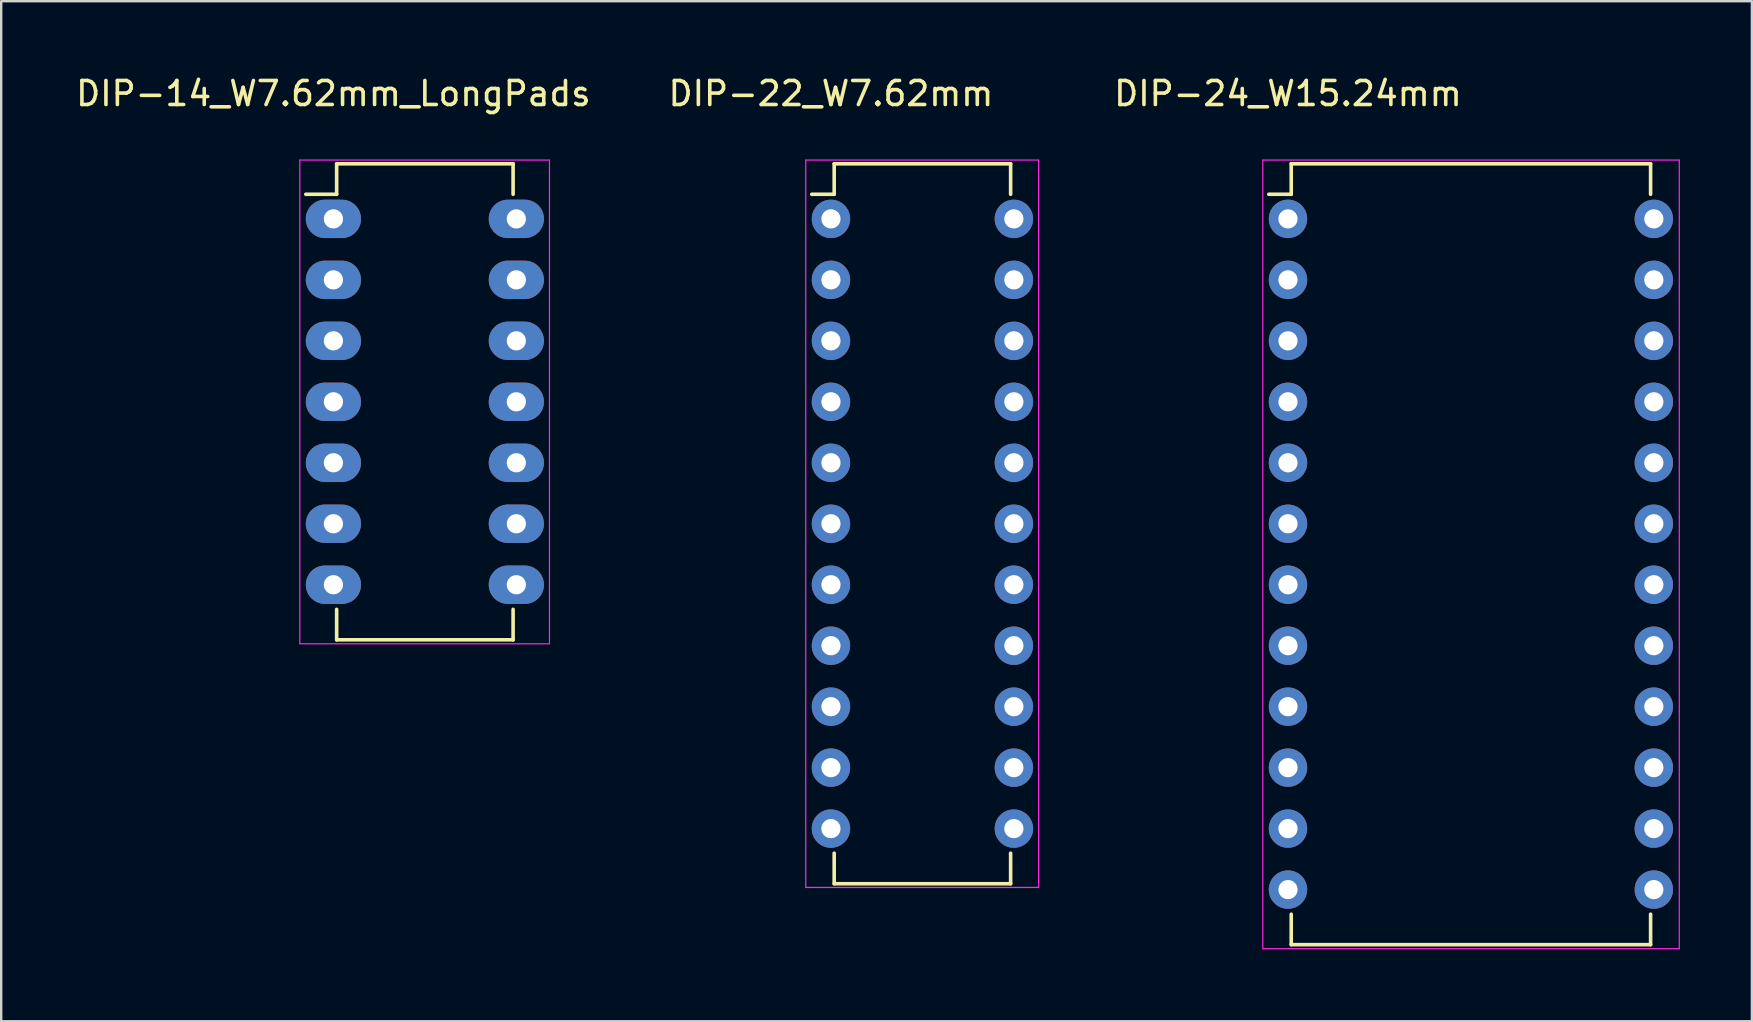
<source format=kicad_pcb>
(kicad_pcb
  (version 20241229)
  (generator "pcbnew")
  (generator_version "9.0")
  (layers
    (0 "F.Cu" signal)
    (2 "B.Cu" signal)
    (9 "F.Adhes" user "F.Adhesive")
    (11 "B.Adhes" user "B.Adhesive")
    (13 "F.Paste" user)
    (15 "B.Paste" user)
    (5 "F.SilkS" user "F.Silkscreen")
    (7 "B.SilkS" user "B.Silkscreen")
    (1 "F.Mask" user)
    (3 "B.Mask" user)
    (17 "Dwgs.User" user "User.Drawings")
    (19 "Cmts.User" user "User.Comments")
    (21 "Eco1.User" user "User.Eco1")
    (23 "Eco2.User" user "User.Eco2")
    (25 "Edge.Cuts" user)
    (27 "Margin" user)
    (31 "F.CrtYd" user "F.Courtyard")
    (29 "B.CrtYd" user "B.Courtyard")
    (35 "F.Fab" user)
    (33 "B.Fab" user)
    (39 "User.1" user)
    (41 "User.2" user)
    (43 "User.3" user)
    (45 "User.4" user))
  (footprint "DIP-22_W7.62mm"
    (layer "F.Cu")
    (at 31.565 6.068)
    (property "Reference" "DIP-22_W7.62mm" (at 0 -5.22 0) (layer "F.SilkS") (effects (font (size 1 1) (thickness 0.15))))
    (attr through_hole)
    (fp_line (start 0.135 -2.295) (end 0.135 -1.025) (stroke (width 0.15) (type solid)) (layer "F.SilkS"))
    (fp_line (start 0.135 -2.295) (end 7.485 -2.295) (stroke (width 0.15) (type solid)) (layer "F.SilkS"))
    (fp_line (start 0.135 -1.025) (end -0.8 -1.025) (stroke (width 0.15) (type solid)) (layer "F.SilkS"))
    (fp_line (start 0.135 27.695) (end 0.135 26.425) (stroke (width 0.15) (type solid)) (layer "F.SilkS"))
    (fp_line (start 0.135 27.695) (end 7.485 27.695) (stroke (width 0.15) (type solid)) (layer "F.SilkS"))
    (fp_line (start 7.485 -2.295) (end 7.485 -1.025) (stroke (width 0.15) (type solid)) (layer "F.SilkS"))
    (fp_line (start 7.485 27.695) (end 7.485 26.425) (stroke (width 0.15) (type solid)) (layer "F.SilkS"))
    (fp_line (start -1.05 -2.45) (end -1.05 27.85) (stroke (width 0.05) (type solid)) (layer "F.CrtYd"))
    (fp_line (start -1.05 -2.45) (end 8.65 -2.45) (stroke (width 0.05) (type solid)) (layer "F.CrtYd"))
    (fp_line (start -1.05 27.85) (end 8.65 27.85) (stroke (width 0.05) (type solid)) (layer "F.CrtYd"))
    (fp_line (start 8.65 -2.45) (end 8.65 27.85) (stroke (width 0.05) (type solid)) (layer "F.CrtYd"))
    (pad "1" thru_hole oval (at 0 0) (size 1.6 1.6) (drill 0.8) (layers "*.Cu" "*.Mask"))
    (pad "2" thru_hole oval (at 0 2.54) (size 1.6 1.6) (drill 0.8) (layers "*.Cu" "*.Mask"))
    (pad "3" thru_hole oval (at 0 5.08) (size 1.6 1.6) (drill 0.8) (layers "*.Cu" "*.Mask"))
    (pad "4" thru_hole oval (at 0 7.62) (size 1.6 1.6) (drill 0.8) (layers "*.Cu" "*.Mask"))
    (pad "5" thru_hole oval (at 0 10.16) (size 1.6 1.6) (drill 0.8) (layers "*.Cu" "*.Mask"))
    (pad "6" thru_hole oval (at 0 12.7) (size 1.6 1.6) (drill 0.8) (layers "*.Cu" "*.Mask"))
    (pad "7" thru_hole oval (at 0 15.24) (size 1.6 1.6) (drill 0.8) (layers "*.Cu" "*.Mask"))
    (pad "8" thru_hole oval (at 0 17.78) (size 1.6 1.6) (drill 0.8) (layers "*.Cu" "*.Mask"))
    (pad "9" thru_hole oval (at 0 20.32) (size 1.6 1.6) (drill 0.8) (layers "*.Cu" "*.Mask"))
    (pad "10" thru_hole oval (at 0 22.86) (size 1.6 1.6) (drill 0.8) (layers "*.Cu" "*.Mask"))
    (pad "11" thru_hole oval (at 0 25.4) (size 1.6 1.6) (drill 0.8) (layers "*.Cu" "*.Mask"))
    (pad "12" thru_hole oval (at 7.62 25.4) (size 1.6 1.6) (drill 0.8) (layers "*.Cu" "*.Mask"))
    (pad "13" thru_hole oval (at 7.62 22.86) (size 1.6 1.6) (drill 0.8) (layers "*.Cu" "*.Mask"))
    (pad "14" thru_hole oval (at 7.62 20.32) (size 1.6 1.6) (drill 0.8) (layers "*.Cu" "*.Mask"))
    (pad "15" thru_hole oval (at 7.62 17.78) (size 1.6 1.6) (drill 0.8) (layers "*.Cu" "*.Mask"))
    (pad "16" thru_hole oval (at 7.62 15.24) (size 1.6 1.6) (drill 0.8) (layers "*.Cu" "*.Mask"))
    (pad "17" thru_hole oval (at 7.62 12.7) (size 1.6 1.6) (drill 0.8) (layers "*.Cu" "*.Mask"))
    (pad "18" thru_hole oval (at 7.62 10.16) (size 1.6 1.6) (drill 0.8) (layers "*.Cu" "*.Mask"))
    (pad "19" thru_hole oval (at 7.62 7.62) (size 1.6 1.6) (drill 0.8) (layers "*.Cu" "*.Mask"))
    (pad "20" thru_hole oval (at 7.62 5.08) (size 1.6 1.6) (drill 0.8) (layers "*.Cu" "*.Mask"))
    (pad "21" thru_hole oval (at 7.62 2.54) (size 1.6 1.6) (drill 0.8) (layers "*.Cu" "*.Mask"))
    (pad "22" thru_hole oval (at 7.62 0) (size 1.6 1.6) (drill 0.8) (layers "*.Cu" "*.Mask")))
  (footprint "DIP-14_W7.62mm_LongPads"
    (layer "F.Cu")
    (at 10.839 6.068)
    (property "Reference" "DIP-14_W7.62mm_LongPads" (at 0 -5.22 0) (layer "F.SilkS") (effects (font (size 1 1) (thickness 0.15))))
    (attr through_hole)
    (fp_line (start 0.135 -2.295) (end 0.135 -1.025) (stroke (width 0.15) (type solid)) (layer "F.SilkS"))
    (fp_line (start 0.135 -2.295) (end 7.485 -2.295) (stroke (width 0.15) (type solid)) (layer "F.SilkS"))
    (fp_line (start 0.135 -1.025) (end -1.15 -1.025) (stroke (width 0.15) (type solid)) (layer "F.SilkS"))
    (fp_line (start 0.135 17.535) (end 0.135 16.265) (stroke (width 0.15) (type solid)) (layer "F.SilkS"))
    (fp_line (start 0.135 17.535) (end 7.485 17.535) (stroke (width 0.15) (type solid)) (layer "F.SilkS"))
    (fp_line (start 7.485 -2.295) (end 7.485 -1.025) (stroke (width 0.15) (type solid)) (layer "F.SilkS"))
    (fp_line (start 7.485 17.535) (end 7.485 16.265) (stroke (width 0.15) (type solid)) (layer "F.SilkS"))
    (fp_line (start -1.4 -2.45) (end -1.4 17.7) (stroke (width 0.05) (type solid)) (layer "F.CrtYd"))
    (fp_line (start -1.4 -2.45) (end 9 -2.45) (stroke (width 0.05) (type solid)) (layer "F.CrtYd"))
    (fp_line (start -1.4 17.7) (end 9 17.7) (stroke (width 0.05) (type solid)) (layer "F.CrtYd"))
    (fp_line (start 9 -2.45) (end 9 17.7) (stroke (width 0.05) (type solid)) (layer "F.CrtYd"))
    (pad "1" thru_hole oval (at 0 0) (size 2.3 1.6) (drill 0.8) (layers "*.Cu" "*.Mask"))
    (pad "2" thru_hole oval (at 0 2.54) (size 2.3 1.6) (drill 0.8) (layers "*.Cu" "*.Mask"))
    (pad "3" thru_hole oval (at 0 5.08) (size 2.3 1.6) (drill 0.8) (layers "*.Cu" "*.Mask"))
    (pad "4" thru_hole oval (at 0 7.62) (size 2.3 1.6) (drill 0.8) (layers "*.Cu" "*.Mask"))
    (pad "5" thru_hole oval (at 0 10.16) (size 2.3 1.6) (drill 0.8) (layers "*.Cu" "*.Mask"))
    (pad "6" thru_hole oval (at 0 12.7) (size 2.3 1.6) (drill 0.8) (layers "*.Cu" "*.Mask"))
    (pad "7" thru_hole oval (at 0 15.24) (size 2.3 1.6) (drill 0.8) (layers "*.Cu" "*.Mask"))
    (pad "8" thru_hole oval (at 7.62 15.24) (size 2.3 1.6) (drill 0.8) (layers "*.Cu" "*.Mask"))
    (pad "9" thru_hole oval (at 7.62 12.7) (size 2.3 1.6) (drill 0.8) (layers "*.Cu" "*.Mask"))
    (pad "10" thru_hole oval (at 7.62 10.16) (size 2.3 1.6) (drill 0.8) (layers "*.Cu" "*.Mask"))
    (pad "11" thru_hole oval (at 7.62 7.62) (size 2.3 1.6) (drill 0.8) (layers "*.Cu" "*.Mask"))
    (pad "12" thru_hole oval (at 7.62 5.08) (size 2.3 1.6) (drill 0.8) (layers "*.Cu" "*.Mask"))
    (pad "13" thru_hole oval (at 7.62 2.54) (size 2.3 1.6) (drill 0.8) (layers "*.Cu" "*.Mask"))
    (pad "14" thru_hole oval (at 7.62 0) (size 2.3 1.6) (drill 0.8) (layers "*.Cu" "*.Mask")))
  (footprint "DIP-24_W15.24mm"
    (layer "F.Cu")
    (at 50.604 6.068)
    (property "Reference" "DIP-24_W15.24mm" (at 0 -5.22 0) (layer "F.SilkS") (effects (font (size 1 1) (thickness 0.15))))
    (attr through_hole)
    (fp_line (start 0.135 -2.295) (end 0.135 -1.025) (stroke (width 0.15) (type solid)) (layer "F.SilkS"))
    (fp_line (start 0.135 -2.295) (end 15.105 -2.295) (stroke (width 0.15) (type solid)) (layer "F.SilkS"))
    (fp_line (start 0.135 -1.025) (end -0.8 -1.025) (stroke (width 0.15) (type solid)) (layer "F.SilkS"))
    (fp_line (start 0.135 30.235) (end 0.135 28.965) (stroke (width 0.15) (type solid)) (layer "F.SilkS"))
    (fp_line (start 0.135 30.235) (end 15.105 30.235) (stroke (width 0.15) (type solid)) (layer "F.SilkS"))
    (fp_line (start 15.105 -2.295) (end 15.105 -1.025) (stroke (width 0.15) (type solid)) (layer "F.SilkS"))
    (fp_line (start 15.105 30.235) (end 15.105 28.965) (stroke (width 0.15) (type solid)) (layer "F.SilkS"))
    (fp_line (start -1.05 -2.45) (end -1.05 30.4) (stroke (width 0.05) (type solid)) (layer "F.CrtYd"))
    (fp_line (start -1.05 -2.45) (end 16.3 -2.45) (stroke (width 0.05) (type solid)) (layer "F.CrtYd"))
    (fp_line (start -1.05 30.4) (end 16.3 30.4) (stroke (width 0.05) (type solid)) (layer "F.CrtYd"))
    (fp_line (start 16.3 -2.45) (end 16.3 30.4) (stroke (width 0.05) (type solid)) (layer "F.CrtYd"))
    (pad "1" thru_hole oval (at 0 0) (size 1.6 1.6) (drill 0.8) (layers "*.Cu" "*.Mask"))
    (pad "2" thru_hole oval (at 0 2.54) (size 1.6 1.6) (drill 0.8) (layers "*.Cu" "*.Mask"))
    (pad "3" thru_hole oval (at 0 5.08) (size 1.6 1.6) (drill 0.8) (layers "*.Cu" "*.Mask"))
    (pad "4" thru_hole oval (at 0 7.62) (size 1.6 1.6) (drill 0.8) (layers "*.Cu" "*.Mask"))
    (pad "5" thru_hole oval (at 0 10.16) (size 1.6 1.6) (drill 0.8) (layers "*.Cu" "*.Mask"))
    (pad "6" thru_hole oval (at 0 12.7) (size 1.6 1.6) (drill 0.8) (layers "*.Cu" "*.Mask"))
    (pad "7" thru_hole oval (at 0 15.24) (size 1.6 1.6) (drill 0.8) (layers "*.Cu" "*.Mask"))
    (pad "8" thru_hole oval (at 0 17.78) (size 1.6 1.6) (drill 0.8) (layers "*.Cu" "*.Mask"))
    (pad "9" thru_hole oval (at 0 20.32) (size 1.6 1.6) (drill 0.8) (layers "*.Cu" "*.Mask"))
    (pad "10" thru_hole oval (at 0 22.86) (size 1.6 1.6) (drill 0.8) (layers "*.Cu" "*.Mask"))
    (pad "11" thru_hole oval (at 0 25.4) (size 1.6 1.6) (drill 0.8) (layers "*.Cu" "*.Mask"))
    (pad "12" thru_hole oval (at 0 27.94) (size 1.6 1.6) (drill 0.8) (layers "*.Cu" "*.Mask"))
    (pad "13" thru_hole oval (at 15.24 27.94) (size 1.6 1.6) (drill 0.8) (layers "*.Cu" "*.Mask"))
    (pad "14" thru_hole oval (at 15.24 25.4) (size 1.6 1.6) (drill 0.8) (layers "*.Cu" "*.Mask"))
    (pad "15" thru_hole oval (at 15.24 22.86) (size 1.6 1.6) (drill 0.8) (layers "*.Cu" "*.Mask"))
    (pad "16" thru_hole oval (at 15.24 20.32) (size 1.6 1.6) (drill 0.8) (layers "*.Cu" "*.Mask"))
    (pad "17" thru_hole oval (at 15.24 17.78) (size 1.6 1.6) (drill 0.8) (layers "*.Cu" "*.Mask"))
    (pad "18" thru_hole oval (at 15.24 15.24) (size 1.6 1.6) (drill 0.8) (layers "*.Cu" "*.Mask"))
    (pad "19" thru_hole oval (at 15.24 12.7) (size 1.6 1.6) (drill 0.8) (layers "*.Cu" "*.Mask"))
    (pad "20" thru_hole oval (at 15.24 10.16) (size 1.6 1.6) (drill 0.8) (layers "*.Cu" "*.Mask"))
    (pad "21" thru_hole oval (at 15.24 7.62) (size 1.6 1.6) (drill 0.8) (layers "*.Cu" "*.Mask"))
    (pad "22" thru_hole oval (at 15.24 5.08) (size 1.6 1.6) (drill 0.8) (layers "*.Cu" "*.Mask"))
    (pad "23" thru_hole oval (at 15.24 2.54) (size 1.6 1.6) (drill 0.8) (layers "*.Cu" "*.Mask"))
    (pad "24" thru_hole oval (at 15.24 0) (size 1.6 1.6) (drill 0.8) (layers "*.Cu" "*.Mask")))
  (gr_rect
    (start -3 -3)
    (end 69.929 39.493)
    (stroke (width 0.1) (type default))
    (fill no)
    (layer "Edge.Cuts")))
</source>
